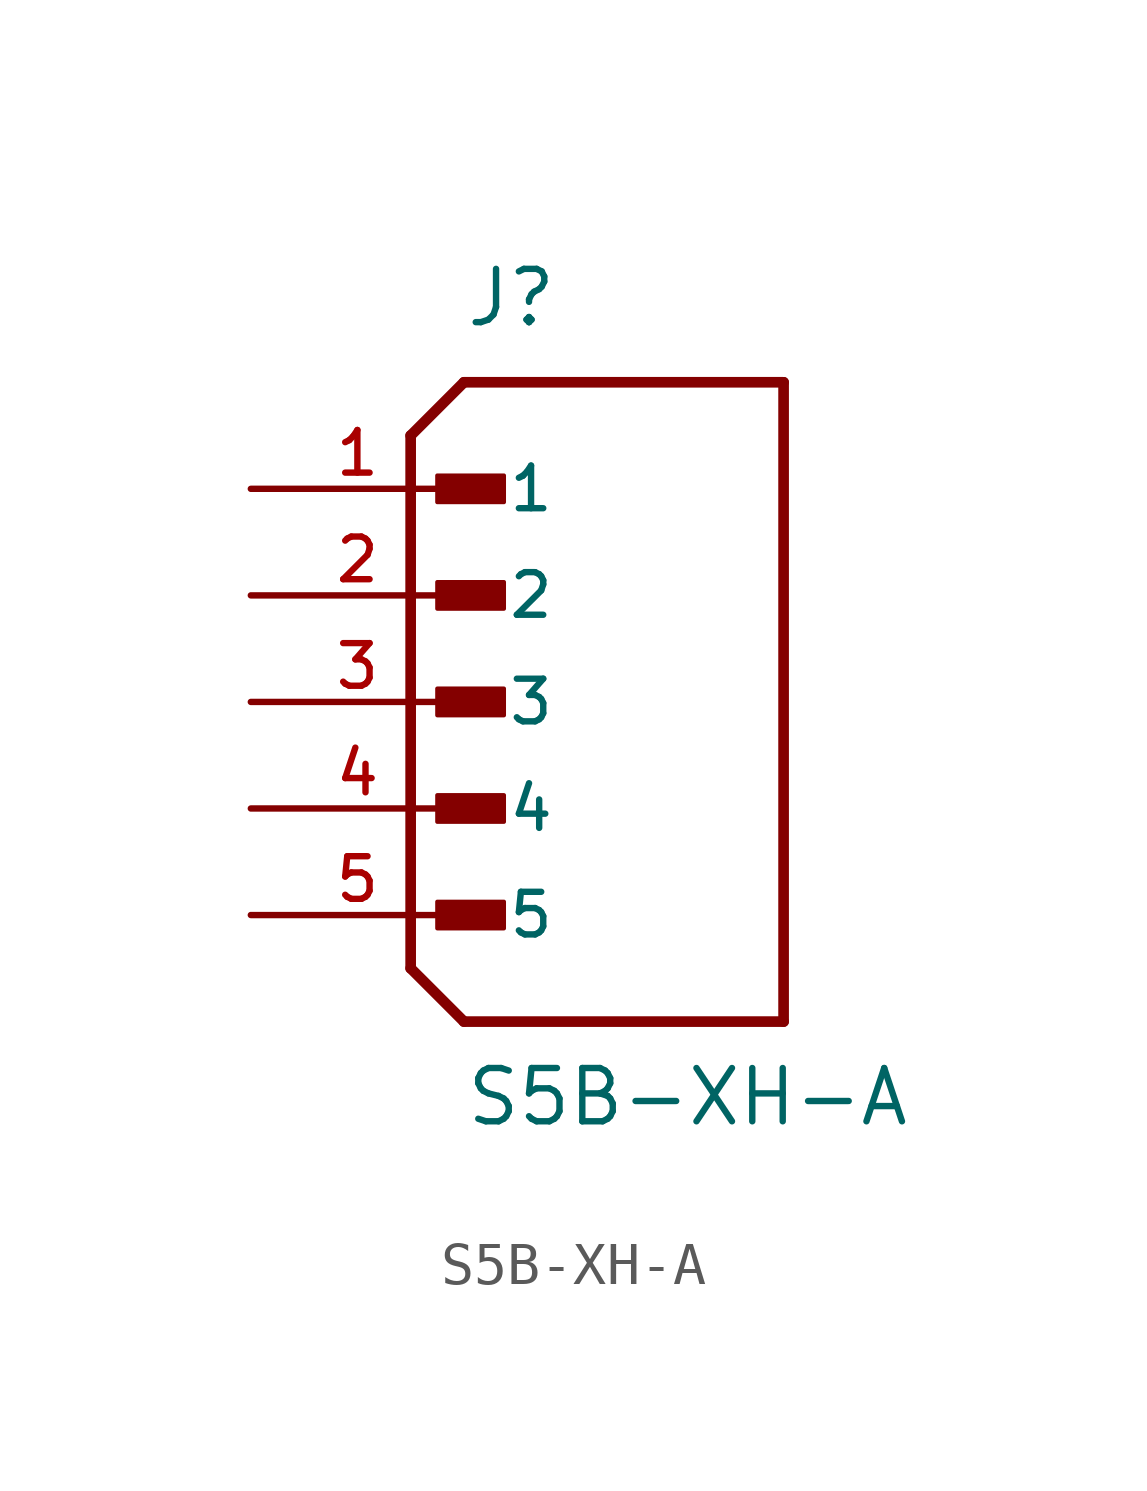
<source format=kicad_sym>
(kicad_symbol_lib
  (version 20211014)
  (generator kicad_symbol_editor)
  (symbol "S5B-XH-A"
    (pin_names
      (offset 1.016))
    (property "Reference" "J"
      (at 0.0 8.89 0)
      (effects (font (size 1.27 1.27)) (justify bottom left)))
    (property "Value" "S5B-XH-A"
      (at 0.0 -10.16 0)
      (effects (font (size 1.27 1.27)) (justify bottom left)))
    (symbol "S5B-XH-A_0_0"
      (polyline (pts (xy -1.27 6.35) (xy 0.0 7.62)) (stroke (width 0.254)))
      (polyline (pts (xy -1.27 6.35) (xy -1.27 -6.35)) (stroke (width 0.254)))
      (polyline (pts (xy -1.27 -6.35) (xy 0.0 -7.62)) (stroke (width 0.254)))
      (polyline (pts (xy 0.0 -7.62) (xy 7.62 -7.62)) (stroke (width 0.254)))
      (polyline (pts (xy 7.62 -7.62) (xy 7.62 7.62)) (stroke (width 0.254)))
      (polyline (pts (xy 7.62 7.62) (xy 0.0 7.62)) (stroke (width 0.254)))
      (rectangle (start -0.635 4.763) (end 0.953 5.397) (stroke (width 0.1)) (fill (type outline)))
      (rectangle (start -0.635 2.223) (end 0.953 2.857) (stroke (width 0.1)) (fill (type outline)))
      (rectangle (start -0.635 -0.318) (end 0.953 0.318) (stroke (width 0.1)) (fill (type outline)))
      (rectangle (start -0.635 -2.857) (end 0.953 -2.223) (stroke (width 0.1)) (fill (type outline)))
      (rectangle (start -0.635 -5.397) (end 0.953 -4.763) (stroke (width 0.1)) (fill (type outline)))
      (pin passive line (at -5.08 5.08 0) (length 5.08) (name "1" (effects (font (size 1.016 1.016)))) (number "1" (effects (font (size 1.016 1.016)))))
      (pin passive line (at -5.08 2.54 0) (length 5.08) (name "2" (effects (font (size 1.016 1.016)))) (number "2" (effects (font (size 1.016 1.016)))))
      (pin passive line (at -5.08 0.0 0) (length 5.08) (name "3" (effects (font (size 1.016 1.016)))) (number "3" (effects (font (size 1.016 1.016)))))
      (pin passive line (at -5.08 -2.54 0) (length 5.08) (name "4" (effects (font (size 1.016 1.016)))) (number "4" (effects (font (size 1.016 1.016)))))
      (pin passive line (at -5.08 -5.08 0) (length 5.08) (name "5" (effects (font (size 1.016 1.016)))) (number "5" (effects (font (size 1.016 1.016))))))))
</source>
